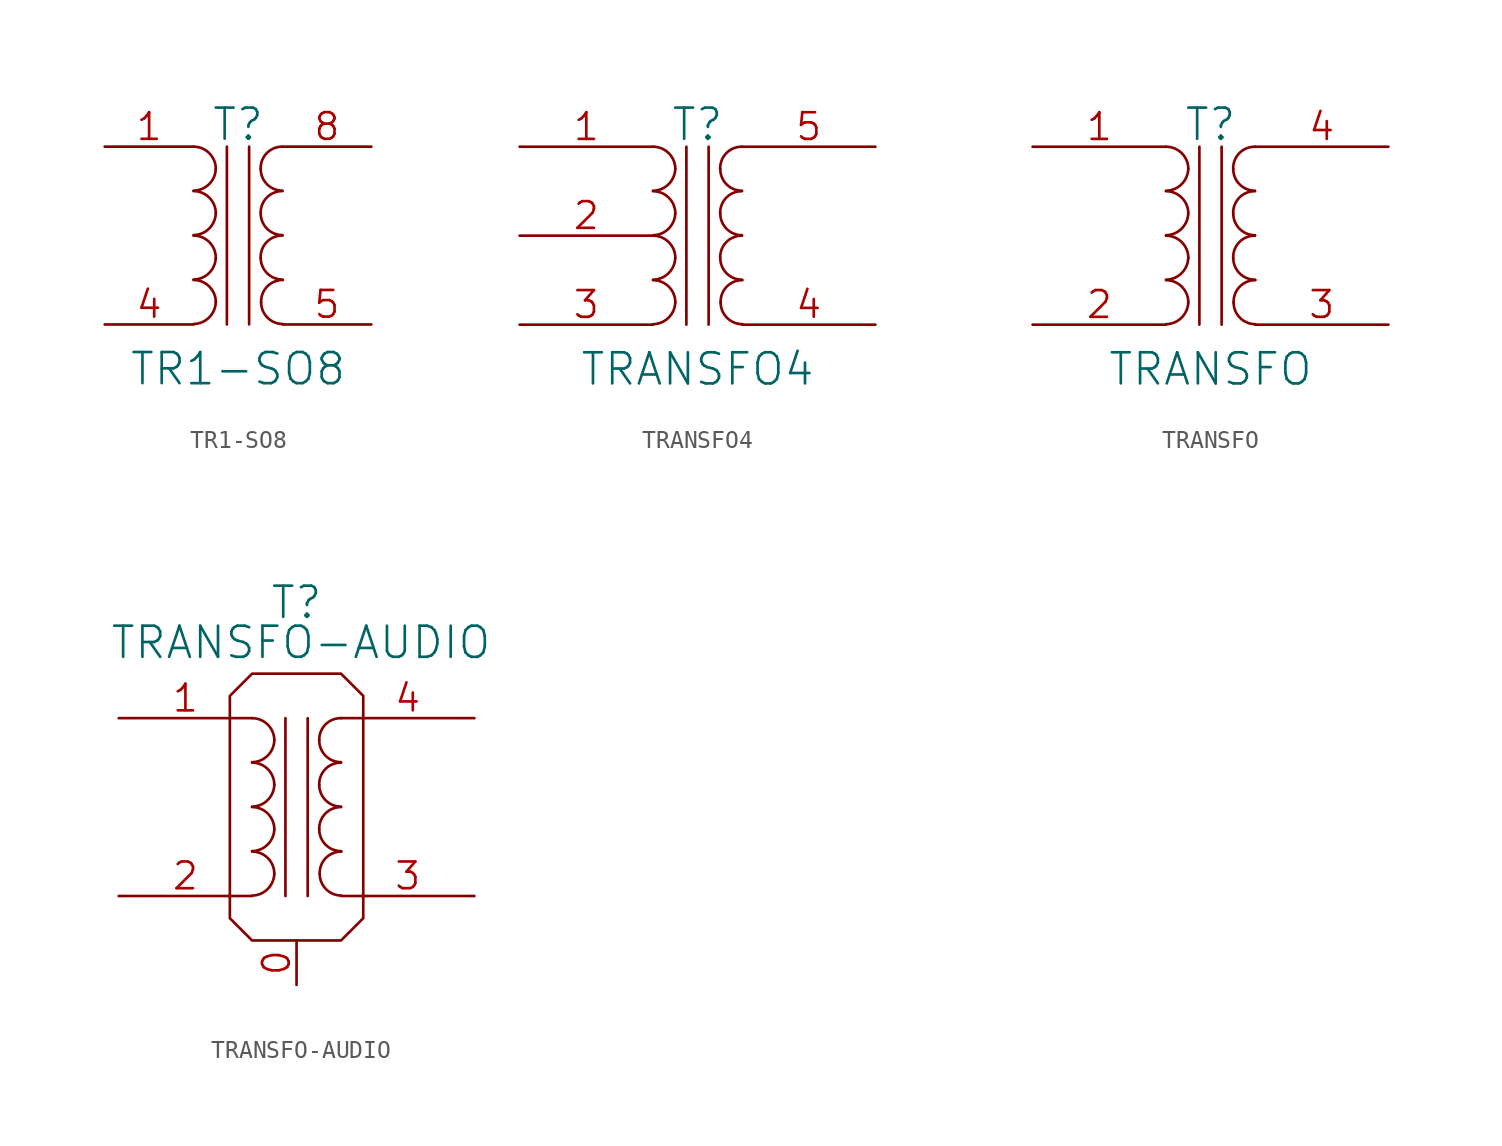
<source format=kicad_sym>
(kicad_symbol_lib
  (version 20231120)
  (generator "kicad_symbol_editor")
  (generator_version "8.0")
  (symbol "TR1-SO8"
    (pin_names
      (offset 1.016) hide)
    (property "Reference" "T"
      (at 0 6.35 0)
      (effects (font (size 1.778 1.778))))
    (property "Value" "TR1-SO8"
      (at 0 -7.62 0)
      (effects (font (size 1.778 1.778))))
    (property "Footprint" ""
      (at 0 0 0)
      (effects (font (size 1.524 1.524))))
    (property "Datasheet" ""
      (at 0 0 0)
      (effects (font (size 1.524 1.524))))
    (symbol "TR1-SO8_0_1"
      (arc (start -2.54 -5.0546) (mid -1.6599 -4.6901) (end -1.27 -3.81) (stroke (width 0) (type solid)) (fill (type none)))
      (arc (start -2.54 -2.5146) (mid -1.6599 -2.1501) (end -1.27 -1.27) (stroke (width 0) (type solid)) (fill (type none)))
      (arc (start -2.54 0.0254) (mid -1.6599 0.3899) (end -1.27 1.27) (stroke (width 0) (type solid)) (fill (type none)))
      (arc (start -2.54 2.5654) (mid -1.6599 2.9299) (end -1.27 3.81) (stroke (width 0) (type solid)) (fill (type none)))
      (arc (start -1.27 -3.81) (mid -1.642 -2.912) (end -2.54 -2.54) (stroke (width 0) (type solid)) (fill (type none)))
      (arc (start -1.27 -1.27) (mid -1.642 -0.372) (end -2.54 0) (stroke (width 0) (type solid)) (fill (type none)))
      (arc (start -1.27 1.27) (mid -1.642 2.168) (end -2.54 2.54) (stroke (width 0) (type solid)) (fill (type none)))
      (arc (start -1.27 3.81) (mid -1.642 4.708) (end -2.54 5.08) (stroke (width 0) (type solid)) (fill (type none)))
      (polyline (pts (xy -0.635 5.08) (xy -0.635 -5.08)) (stroke (width 0) (type solid)) (fill (type none)))
      (polyline (pts (xy 0.635 -5.08) (xy 0.635 5.08)) (stroke (width 0) (type solid)) (fill (type none)))
      (arc (start 1.2954 -1.27) (mid 1.6599 -2.1501) (end 2.54 -2.5146) (stroke (width 0) (type solid)) (fill (type none)))
      (arc (start 1.2954 1.27) (mid 1.6599 0.3899) (end 2.54 0.0254) (stroke (width 0) (type solid)) (fill (type none)))
      (arc (start 1.2954 3.81) (mid 1.6599 2.9299) (end 2.54 2.5654) (stroke (width 0) (type solid)) (fill (type none)))
      (arc (start 1.3208 -3.81) (mid 1.6853 -4.6901) (end 2.5654 -5.0546) (stroke (width 0) (type solid)) (fill (type none)))
      (arc (start 2.54 0) (mid 1.642 -0.372) (end 1.2954 -1.27) (stroke (width 0) (type solid)) (fill (type none)))
      (arc (start 2.54 2.54) (mid 1.642 2.168) (end 1.2954 1.27) (stroke (width 0) (type solid)) (fill (type none)))
      (arc (start 2.54 5.08) (mid 1.642 4.708) (end 1.2954 3.81) (stroke (width 0) (type solid)) (fill (type none)))
      (arc (start 2.5654 -2.54) (mid 1.6674 -2.912) (end 1.3208 -3.81) (stroke (width 0) (type solid)) (fill (type none))))
    (symbol "TR1-SO8_1_1"
      (pin passive line (at -7.62 5.08 0) (length 5.08) (name "AA" (effects (font (size 1.524 1.524)))) (number "1" (effects (font (size 1.524 1.524)))))
      (pin passive line (at -7.62 -5.08 0) (length 5.08) (name "AB" (effects (font (size 1.524 1.524)))) (number "4" (effects (font (size 1.524 1.524)))))
      (pin passive line (at 7.62 -5.08 180) (length 5.08) (name "SA" (effects (font (size 1.524 1.524)))) (number "5" (effects (font (size 1.524 1.524)))))
      (pin passive line (at 7.62 5.08 180) (length 5.08) (name "SB" (effects (font (size 1.524 1.524)))) (number "8" (effects (font (size 1.524 1.524)))))))
  (symbol "TRANSFO4"
    (pin_names
      (offset 1.016) hide)
    (property "Reference" "T"
      (at 0 6.35 0)
      (effects (font (size 1.778 1.778))))
    (property "Value" "TRANSFO4"
      (at 0 -7.62 0)
      (effects (font (size 1.778 1.778))))
    (property "Footprint" ""
      (at 0 0 0)
      (effects (font (size 1.524 1.524))))
    (property "Datasheet" ""
      (at 0 0 0)
      (effects (font (size 1.524 1.524))))
    (symbol "TRANSFO4_0_1"
      (arc (start -2.54 -5.0546) (mid -1.6599 -4.6901) (end -1.27 -3.81) (stroke (width 0) (type solid)) (fill (type none)))
      (arc (start -2.54 -2.5146) (mid -1.6599 -2.1501) (end -1.27 -1.27) (stroke (width 0) (type solid)) (fill (type none)))
      (arc (start -2.54 0.0254) (mid -1.6599 0.3899) (end -1.27 1.27) (stroke (width 0) (type solid)) (fill (type none)))
      (arc (start -2.54 2.5654) (mid -1.6599 2.9299) (end -1.27 3.81) (stroke (width 0) (type solid)) (fill (type none)))
      (arc (start -1.27 -3.81) (mid -1.642 -2.912) (end -2.54 -2.54) (stroke (width 0) (type solid)) (fill (type none)))
      (arc (start -1.27 -1.27) (mid -1.642 -0.372) (end -2.54 0) (stroke (width 0) (type solid)) (fill (type none)))
      (arc (start -1.27 1.27) (mid -1.642 2.168) (end -2.54 2.54) (stroke (width 0) (type solid)) (fill (type none)))
      (arc (start -1.27 3.81) (mid -1.642 4.708) (end -2.54 5.08) (stroke (width 0) (type solid)) (fill (type none)))
      (polyline (pts (xy -0.635 5.08) (xy -0.635 -5.08)) (stroke (width 0) (type solid)) (fill (type none)))
      (polyline (pts (xy 0.635 -5.08) (xy 0.635 5.08)) (stroke (width 0) (type solid)) (fill (type none)))
      (arc (start 1.2954 -1.27) (mid 1.6599 -2.1501) (end 2.54 -2.5146) (stroke (width 0) (type solid)) (fill (type none)))
      (arc (start 1.2954 1.27) (mid 1.6599 0.3899) (end 2.54 0.0254) (stroke (width 0) (type solid)) (fill (type none)))
      (arc (start 1.2954 3.81) (mid 1.6599 2.9299) (end 2.54 2.5654) (stroke (width 0) (type solid)) (fill (type none)))
      (arc (start 1.3208 -3.81) (mid 1.6853 -4.6901) (end 2.5654 -5.0546) (stroke (width 0) (type solid)) (fill (type none)))
      (arc (start 2.54 0) (mid 1.642 -0.372) (end 1.2954 -1.27) (stroke (width 0) (type solid)) (fill (type none)))
      (arc (start 2.54 2.54) (mid 1.642 2.168) (end 1.2954 1.27) (stroke (width 0) (type solid)) (fill (type none)))
      (arc (start 2.54 5.08) (mid 1.642 4.708) (end 1.2954 3.81) (stroke (width 0) (type solid)) (fill (type none)))
      (arc (start 2.5654 -2.54) (mid 1.6674 -2.912) (end 1.3208 -3.81) (stroke (width 0) (type solid)) (fill (type none))))
    (symbol "TRANSFO4_1_1"
      (pin passive line (at -10.16 5.08 0) (length 7.62) (name "PR1" (effects (font (size 1.524 1.524)))) (number "1" (effects (font (size 1.524 1.524)))))
      (pin passive line (at -10.16 0 0) (length 7.62) (name "PM" (effects (font (size 1.524 1.524)))) (number "2" (effects (font (size 1.524 1.524)))))
      (pin passive line (at -10.16 -5.08 0) (length 7.62) (name "PR2" (effects (font (size 1.524 1.524)))) (number "3" (effects (font (size 1.524 1.524)))))
      (pin passive line (at 10.16 -5.08 180) (length 7.62) (name "S1" (effects (font (size 1.524 1.524)))) (number "4" (effects (font (size 1.524 1.524)))))
      (pin passive line (at 10.16 5.08 180) (length 7.62) (name "S2" (effects (font (size 1.524 1.524)))) (number "5" (effects (font (size 1.524 1.524)))))))
  (symbol "TRANSFO"
    (pin_names
      (offset 1.016) hide)
    (property "Reference" "T"
      (at 0 6.35 0)
      (effects (font (size 1.778 1.778))))
    (property "Value" "TRANSFO"
      (at 0 -7.62 0)
      (effects (font (size 1.778 1.778))))
    (property "Footprint" ""
      (at 0 0 0)
      (effects (font (size 1.524 1.524))))
    (property "Datasheet" ""
      (at 0 0 0)
      (effects (font (size 1.524 1.524))))
    (symbol "TRANSFO_0_1"
      (arc (start -2.54 -5.0546) (mid -1.6599 -4.6901) (end -1.27 -3.81) (stroke (width 0) (type solid)) (fill (type none)))
      (arc (start -2.54 -2.5146) (mid -1.6599 -2.1501) (end -1.27 -1.27) (stroke (width 0) (type solid)) (fill (type none)))
      (arc (start -2.54 0.0254) (mid -1.6599 0.3899) (end -1.27 1.27) (stroke (width 0) (type solid)) (fill (type none)))
      (arc (start -2.54 2.5654) (mid -1.6599 2.9299) (end -1.27 3.81) (stroke (width 0) (type solid)) (fill (type none)))
      (arc (start -1.27 -3.81) (mid -1.642 -2.912) (end -2.54 -2.54) (stroke (width 0) (type solid)) (fill (type none)))
      (arc (start -1.27 -1.27) (mid -1.642 -0.372) (end -2.54 0) (stroke (width 0) (type solid)) (fill (type none)))
      (arc (start -1.27 1.27) (mid -1.642 2.168) (end -2.54 2.54) (stroke (width 0) (type solid)) (fill (type none)))
      (arc (start -1.27 3.81) (mid -1.642 4.708) (end -2.54 5.08) (stroke (width 0) (type solid)) (fill (type none)))
      (polyline (pts (xy -0.635 5.08) (xy -0.635 -5.08)) (stroke (width 0) (type solid)) (fill (type none)))
      (polyline (pts (xy 0.635 -5.08) (xy 0.635 5.08)) (stroke (width 0) (type solid)) (fill (type none)))
      (arc (start 1.2954 -1.27) (mid 1.6599 -2.1501) (end 2.54 -2.5146) (stroke (width 0) (type solid)) (fill (type none)))
      (arc (start 1.2954 1.27) (mid 1.6599 0.3899) (end 2.54 0.0254) (stroke (width 0) (type solid)) (fill (type none)))
      (arc (start 1.2954 3.81) (mid 1.6599 2.9299) (end 2.54 2.5654) (stroke (width 0) (type solid)) (fill (type none)))
      (arc (start 1.3208 -3.81) (mid 1.6853 -4.6901) (end 2.5654 -5.0546) (stroke (width 0) (type solid)) (fill (type none)))
      (arc (start 2.54 0) (mid 1.642 -0.372) (end 1.2954 -1.27) (stroke (width 0) (type solid)) (fill (type none)))
      (arc (start 2.54 2.54) (mid 1.642 2.168) (end 1.2954 1.27) (stroke (width 0) (type solid)) (fill (type none)))
      (arc (start 2.54 5.08) (mid 1.642 4.708) (end 1.2954 3.81) (stroke (width 0) (type solid)) (fill (type none)))
      (arc (start 2.5654 -2.54) (mid 1.6674 -2.912) (end 1.3208 -3.81) (stroke (width 0) (type solid)) (fill (type none))))
    (symbol "TRANSFO_1_1"
      (pin passive line (at -10.16 5.08 0) (length 7.62) (name "AA" (effects (font (size 1.524 1.524)))) (number "1" (effects (font (size 1.524 1.524)))))
      (pin passive line (at -10.16 -5.08 0) (length 7.62) (name "AB" (effects (font (size 1.524 1.524)))) (number "2" (effects (font (size 1.524 1.524)))))
      (pin passive line (at 10.16 -5.08 180) (length 7.62) (name "SA" (effects (font (size 1.524 1.524)))) (number "3" (effects (font (size 1.524 1.524)))))
      (pin passive line (at 10.16 5.08 180) (length 7.62) (name "SB" (effects (font (size 1.524 1.524)))) (number "4" (effects (font (size 1.524 1.524)))))))
  (symbol "TRANSFO-AUDIO"
    (pin_names
      (offset 1.016) hide)
    (property "Reference" "T"
      (at 0 11.684 0)
      (effects (font (size 1.778 1.778))))
    (property "Value" "TRANSFO-AUDIO"
      (at 0.254 9.398 0)
      (effects (font (size 1.778 1.778))))
    (property "Footprint" ""
      (at 0 0 0)
      (effects (font (size 1.524 1.524))))
    (property "Datasheet" ""
      (at 0 0 0)
      (effects (font (size 1.524 1.524))))
    (symbol "TRANSFO-AUDIO_0_1"
      (arc (start -2.54 -5.0546) (mid -1.6599 -4.6901) (end -1.27 -3.81) (stroke (width 0) (type solid)) (fill (type none)))
      (arc (start -2.54 -2.5146) (mid -1.6599 -2.1501) (end -1.27 -1.27) (stroke (width 0) (type solid)) (fill (type none)))
      (arc (start -2.54 0.0254) (mid -1.6599 0.3899) (end -1.27 1.27) (stroke (width 0) (type solid)) (fill (type none)))
      (arc (start -2.54 2.5654) (mid -1.6599 2.9299) (end -1.27 3.81) (stroke (width 0) (type solid)) (fill (type none)))
      (arc (start -1.27 -3.81) (mid -1.642 -2.912) (end -2.54 -2.54) (stroke (width 0) (type solid)) (fill (type none)))
      (arc (start -1.27 -1.27) (mid -1.642 -0.372) (end -2.54 0) (stroke (width 0) (type solid)) (fill (type none)))
      (arc (start -1.27 1.27) (mid -1.642 2.168) (end -2.54 2.54) (stroke (width 0) (type solid)) (fill (type none)))
      (arc (start -1.27 3.81) (mid -1.642 4.708) (end -2.54 5.08) (stroke (width 0) (type solid)) (fill (type none)))
      (polyline (pts (xy -0.635 5.08) (xy -0.635 -5.08)) (stroke (width 0) (type solid)) (fill (type none)))
      (polyline (pts (xy 0.635 -5.08) (xy 0.635 5.08)) (stroke (width 0) (type solid)) (fill (type none)))
      (polyline (pts (xy -3.81 6.35) (xy -2.54 7.62) (xy 2.54 7.62) (xy 3.81 6.35) (xy 3.81 -6.35) (xy 2.54 -7.62) (xy -2.54 -7.62) (xy -3.81 -6.35) (xy -3.81 6.35)) (stroke (width 0) (type solid)) (fill (type none)))
      (arc (start 1.2954 -1.27) (mid 1.6599 -2.1501) (end 2.54 -2.5146) (stroke (width 0) (type solid)) (fill (type none)))
      (arc (start 1.2954 1.27) (mid 1.6599 0.3899) (end 2.54 0.0254) (stroke (width 0) (type solid)) (fill (type none)))
      (arc (start 1.2954 3.81) (mid 1.6599 2.9299) (end 2.54 2.5654) (stroke (width 0) (type solid)) (fill (type none)))
      (arc (start 1.3208 -3.81) (mid 1.6853 -4.6901) (end 2.5654 -5.0546) (stroke (width 0) (type solid)) (fill (type none)))
      (arc (start 2.54 0) (mid 1.642 -0.372) (end 1.2954 -1.27) (stroke (width 0) (type solid)) (fill (type none)))
      (arc (start 2.54 2.54) (mid 1.642 2.168) (end 1.2954 1.27) (stroke (width 0) (type solid)) (fill (type none)))
      (arc (start 2.54 5.08) (mid 1.642 4.708) (end 1.2954 3.81) (stroke (width 0) (type solid)) (fill (type none)))
      (arc (start 2.5654 -2.54) (mid 1.6674 -2.912) (end 1.3208 -3.81) (stroke (width 0) (type solid)) (fill (type none))))
    (symbol "TRANSFO-AUDIO_1_1"
      (pin input line (at 0 -10.16 90) (length 2.54) (name "~" (effects (font (size 1.524 1.524)))) (number "0" (effects (font (size 1.524 1.524)))))
      (pin passive line (at -10.16 5.08 0) (length 7.62) (name "AA" (effects (font (size 1.524 1.524)))) (number "1" (effects (font (size 1.524 1.524)))))
      (pin passive line (at -10.16 -5.08 0) (length 7.62) (name "AB" (effects (font (size 1.524 1.524)))) (number "2" (effects (font (size 1.524 1.524)))))
      (pin passive line (at 10.16 -5.08 180) (length 7.62) (name "SA" (effects (font (size 1.524 1.524)))) (number "3" (effects (font (size 1.524 1.524)))))
      (pin passive line (at 10.16 5.08 180) (length 7.62) (name "SB" (effects (font (size 1.524 1.524)))) (number "4" (effects (font (size 1.524 1.524))))))))
</source>
